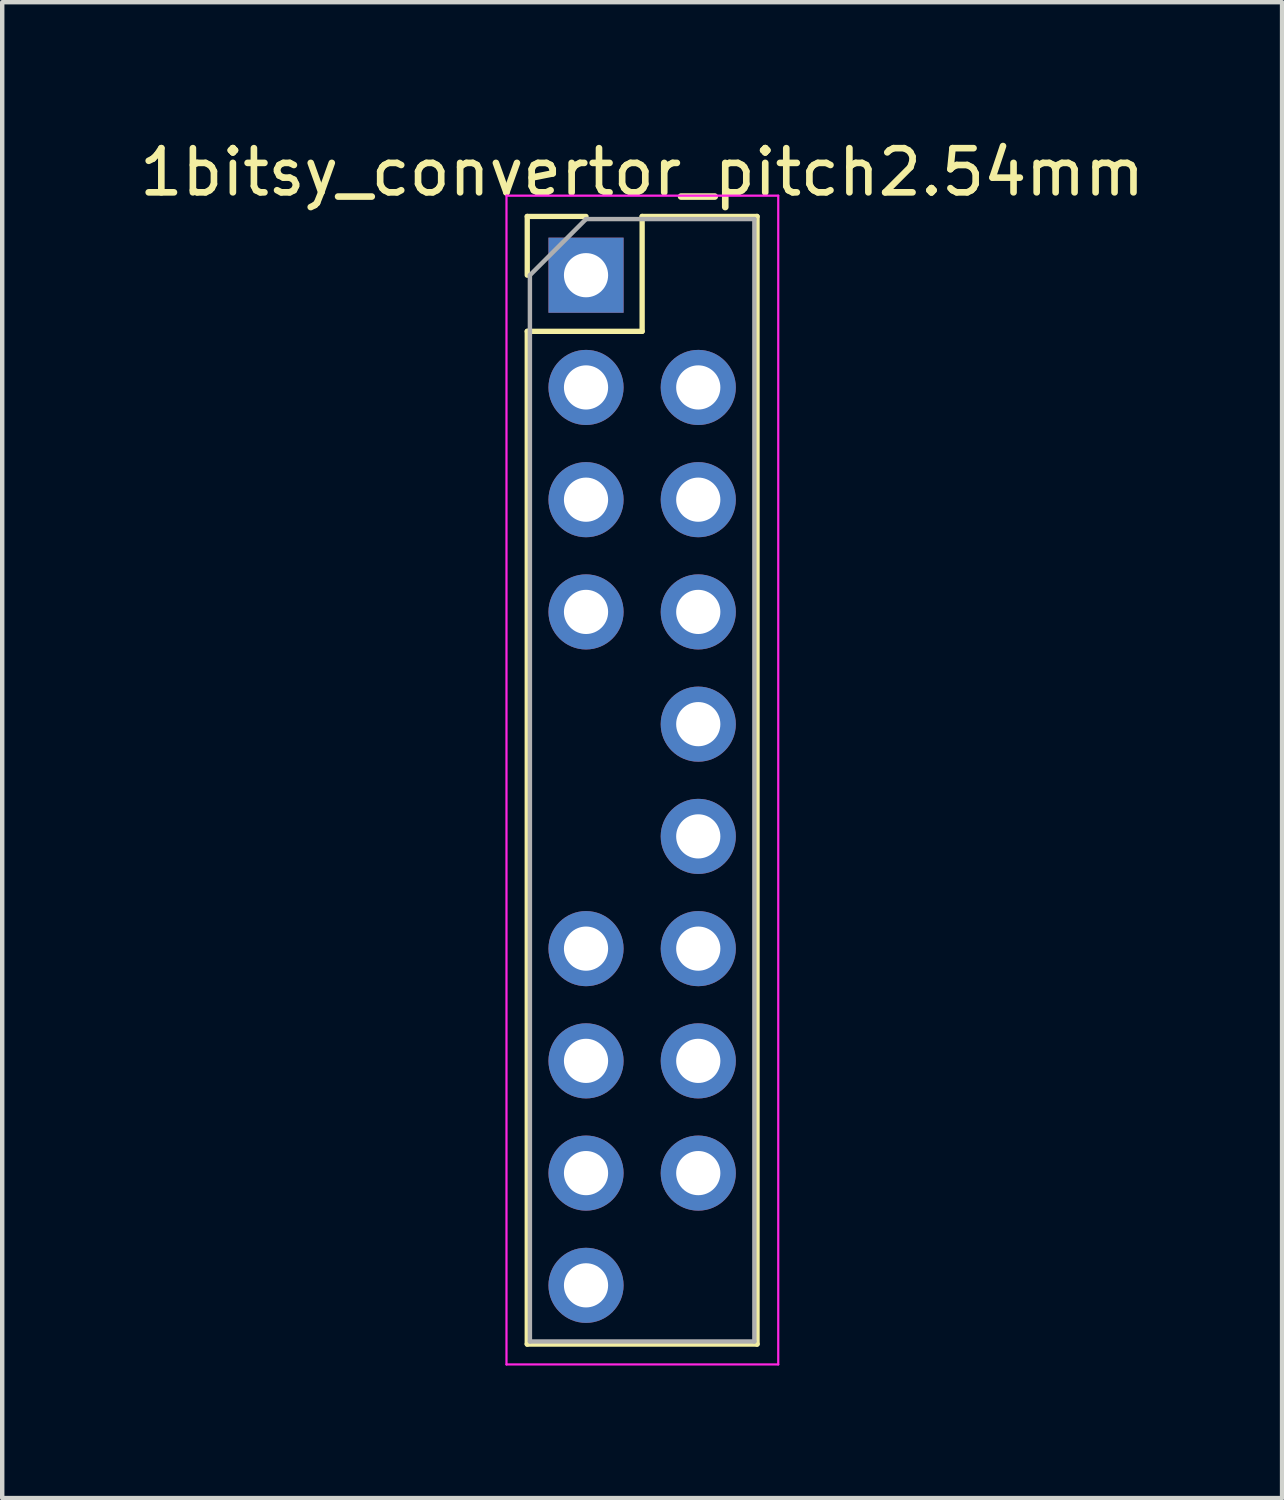
<source format=kicad_pcb>
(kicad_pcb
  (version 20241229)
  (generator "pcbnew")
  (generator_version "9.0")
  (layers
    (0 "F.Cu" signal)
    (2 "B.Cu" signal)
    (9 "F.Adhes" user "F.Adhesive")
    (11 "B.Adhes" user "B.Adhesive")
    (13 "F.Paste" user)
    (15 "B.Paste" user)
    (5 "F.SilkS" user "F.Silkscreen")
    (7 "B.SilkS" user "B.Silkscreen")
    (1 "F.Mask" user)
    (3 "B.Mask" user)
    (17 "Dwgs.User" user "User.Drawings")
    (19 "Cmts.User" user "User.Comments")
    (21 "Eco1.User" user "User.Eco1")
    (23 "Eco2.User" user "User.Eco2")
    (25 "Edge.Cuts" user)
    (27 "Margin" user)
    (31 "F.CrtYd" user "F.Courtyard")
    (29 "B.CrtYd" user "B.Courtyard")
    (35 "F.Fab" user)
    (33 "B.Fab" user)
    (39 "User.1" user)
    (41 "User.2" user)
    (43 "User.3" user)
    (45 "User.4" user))
  (footprint "1bitsy_convertor_pitch2.54mm"
    (layer "F.Cu")
    (at 11.482 17.148)
    (property "Reference" "1bitsy_convertor_pitch2.54mm" (at 0 -16.3 0) (layer "F.SilkS") (effects (font (size 1 1) (thickness 0.15))))
    (attr through_hole)
    (fp_line (start -2.6 -15.3) (end -1.27 -15.3) (stroke (width 0.12) (type solid)) (layer "F.SilkS"))
    (fp_line (start -2.6 -13.97) (end -2.6 -15.3) (stroke (width 0.12) (type solid)) (layer "F.SilkS"))
    (fp_line (start -2.6 -12.7) (end -2.6 10.22) (stroke (width 0.12) (type solid)) (layer "F.SilkS"))
    (fp_line (start -2.6 -12.7) (end 0 -12.7) (stroke (width 0.12) (type solid)) (layer "F.SilkS"))
    (fp_line (start -2.6 10.22) (end 2.6 10.22) (stroke (width 0.12) (type solid)) (layer "F.SilkS"))
    (fp_line (start 0 -15.3) (end 2.6 -15.3) (stroke (width 0.12) (type solid)) (layer "F.SilkS"))
    (fp_line (start 0 -12.7) (end 0 -15.3) (stroke (width 0.12) (type solid)) (layer "F.SilkS"))
    (fp_line (start 2.6 -15.3) (end 2.6 10.22) (stroke (width 0.12) (type solid)) (layer "F.SilkS"))
    (fp_line (start -3.07 -15.77) (end -3.07 10.68) (stroke (width 0.05) (type solid)) (layer "F.CrtYd"))
    (fp_line (start -3.07 10.68) (end 3.08 10.68) (stroke (width 0.05) (type solid)) (layer "F.CrtYd"))
    (fp_line (start 3.08 -15.77) (end -3.07 -15.77) (stroke (width 0.05) (type solid)) (layer "F.CrtYd"))
    (fp_line (start 3.08 10.68) (end 3.08 -15.77) (stroke (width 0.05) (type solid)) (layer "F.CrtYd"))
    (fp_line (start -2.54 -13.97) (end -1.27 -15.24) (stroke (width 0.1) (type solid)) (layer "F.Fab"))
    (fp_line (start -2.54 10.16) (end -2.54 -13.97) (stroke (width 0.1) (type solid)) (layer "F.Fab"))
    (fp_line (start -1.27 -15.24) (end 2.54 -15.24) (stroke (width 0.1) (type solid)) (layer "F.Fab"))
    (fp_line (start 2.54 -15.24) (end 2.54 10.16) (stroke (width 0.1) (type solid)) (layer "F.Fab"))
    (fp_line (start 2.54 10.16) (end -2.54 10.16) (stroke (width 0.1) (type solid)) (layer "F.Fab"))
    (pad "1" thru_hole rect (at -1.27 -13.97) (size 1.7 1.7) (drill 1) (layers "*.Cu" "*.Mask"))
    (pad "3" thru_hole oval (at -1.27 -11.43) (size 1.7 1.7) (drill 1) (layers "*.Cu" "*.Mask"))
    (pad "4" thru_hole oval (at 1.27 -11.43) (size 1.7 1.7) (drill 1) (layers "*.Cu" "*.Mask"))
    (pad "5" thru_hole oval (at -1.27 -8.89) (size 1.7 1.7) (drill 1) (layers "*.Cu" "*.Mask"))
    (pad "6" thru_hole oval (at 1.27 -8.89) (size 1.7 1.7) (drill 1) (layers "*.Cu" "*.Mask"))
    (pad "7" thru_hole oval (at -1.27 -6.35) (size 1.7 1.7) (drill 1) (layers "*.Cu" "*.Mask"))
    (pad "8" thru_hole oval (at 1.27 -6.35) (size 1.7 1.7) (drill 1) (layers "*.Cu" "*.Mask"))
    (pad "10" thru_hole oval (at 1.27 -3.81) (size 1.7 1.7) (drill 1) (layers "*.Cu" "*.Mask"))
    (pad "12" thru_hole oval (at 1.27 -1.27) (size 1.7 1.7) (drill 1) (layers "*.Cu" "*.Mask"))
    (pad "13" thru_hole oval (at -1.27 1.27) (size 1.7 1.7) (drill 1) (layers "*.Cu" "*.Mask"))
    (pad "14" thru_hole oval (at 1.27 1.27) (size 1.7 1.7) (drill 1) (layers "*.Cu" "*.Mask"))
    (pad "15" thru_hole oval (at -1.27 3.81) (size 1.7 1.7) (drill 1) (layers "*.Cu" "*.Mask"))
    (pad "16" thru_hole oval (at 1.27 3.81) (size 1.7 1.7) (drill 1) (layers "*.Cu" "*.Mask"))
    (pad "17" thru_hole oval (at -1.27 6.35) (size 1.7 1.7) (drill 1) (layers "*.Cu" "*.Mask"))
    (pad "18" thru_hole oval (at 1.27 6.35) (size 1.7 1.7) (drill 1) (layers "*.Cu" "*.Mask"))
    (pad "19" thru_hole oval (at -1.27 8.89) (size 1.7 1.7) (drill 1) (layers "*.Cu" "*.Mask")))
  (gr_rect
    (start -3 -3)
    (end 25.964 30.853)
    (stroke (width 0.1) (type default))
    (fill no)
    (layer "Edge.Cuts")))
</source>
